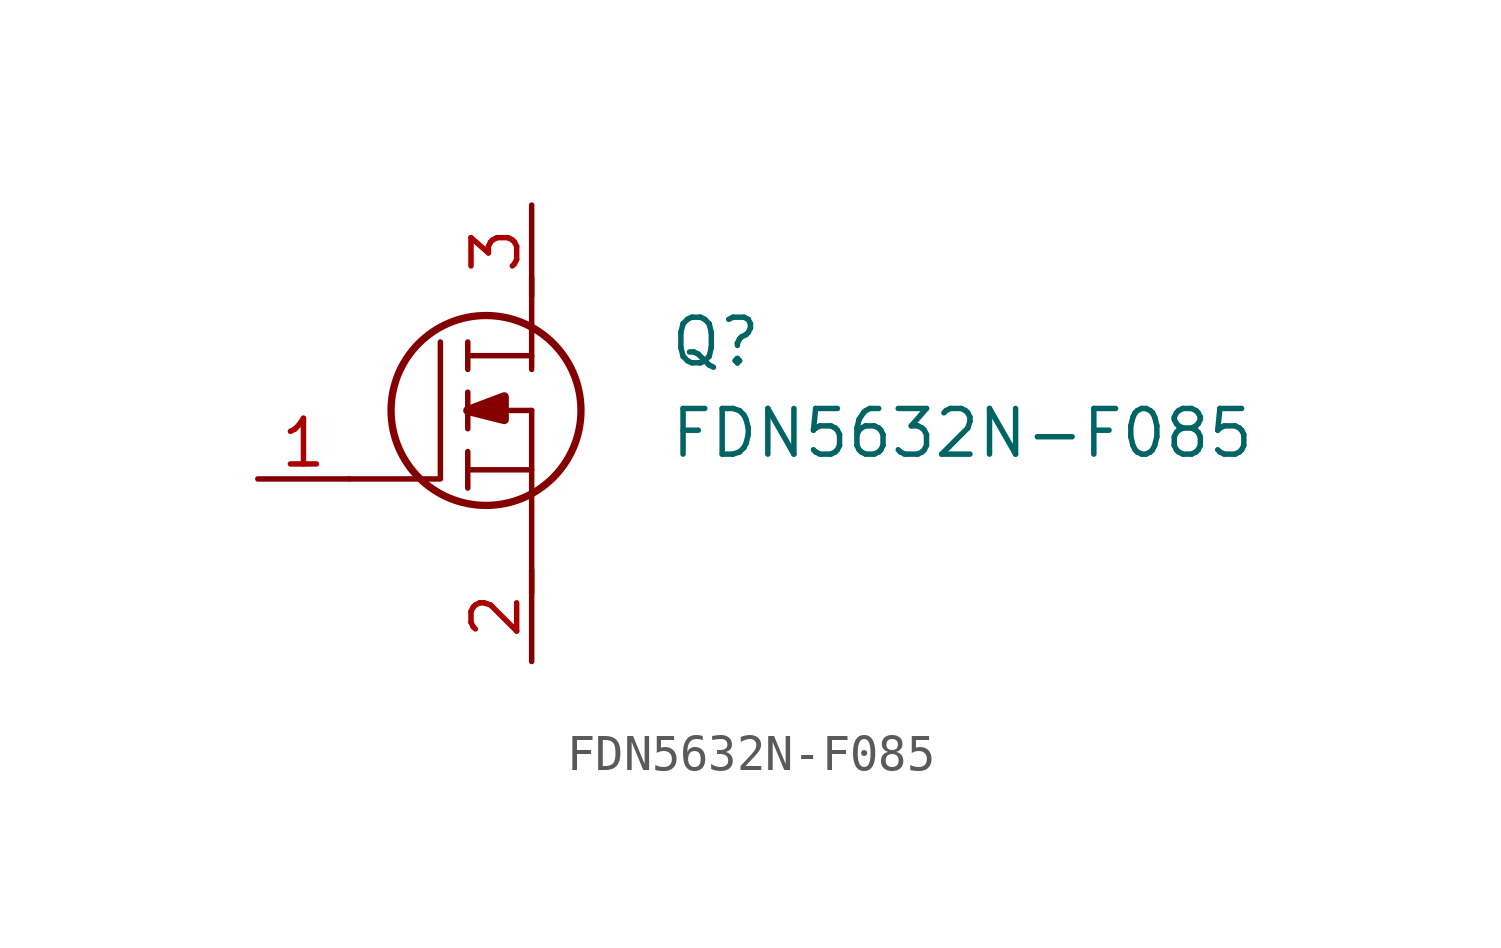
<source format=kicad_sym>
(kicad_symbol_lib
  (version 20220914)
  (generator kicad_symbol_editor)
  (symbol "FDN5632N-F085"
    (pin_names
      (offset 0.762))
    (property "Reference" "Q"
      (at 11.43 3.81 0)
      (effects (font (size 1.27 1.27)) (justify left)))
    (property "Value" "FDN5632N-F085"
      (at 11.43 1.27 0)
      (effects (font (size 1.27 1.27)) (justify left)))
    (symbol "FDN5632N-F085_1_1"
      (polyline (pts (xy 5.842 -0.254) (xy 5.842 0.762)) (stroke (width 0.152) (type solid)) (fill (type none)))
      (polyline (pts (xy 5.842 0.254) (xy 7.62 0.254)) (stroke (width 0.152) (type solid)) (fill (type none)))
      (polyline (pts (xy 5.842 1.397) (xy 5.842 2.413)) (stroke (width 0.152) (type solid)) (fill (type none)))
      (polyline (pts (xy 5.842 3.81) (xy 5.842 3.048)) (stroke (width 0.152) (type solid)) (fill (type none)))
      (polyline (pts (xy 7.62 1.905) (xy 5.842 1.905)) (stroke (width 0.152) (type solid)) (fill (type none)))
      (polyline (pts (xy 7.62 1.905) (xy 7.62 -3.175)) (stroke (width 0.152) (type solid)) (fill (type none)))
      (polyline (pts (xy 7.62 3.048) (xy 7.62 5.588)) (stroke (width 0.152) (type solid)) (fill (type none)))
      (polyline (pts (xy 7.62 3.429) (xy 5.842 3.429)) (stroke (width 0.152) (type solid)) (fill (type none)))
      (polyline (pts (xy 2.54 0) (xy 5.08 0) (xy 5.08 3.81)) (stroke (width 0.152) (type solid)) (fill (type none)))
      (polyline (pts (xy 5.842 1.905) (xy 6.858 2.286) (xy 6.858 1.651) (xy 5.842 1.905)) (stroke (width 0.254) (type solid)) (fill (type outline)))
      (circle (center 6.35 1.905) (radius 2.642) (stroke (width 0.203) (type solid)) (fill (type none)))
      (pin passive line (at 0 0 0) (length 2.54) (name "~" (effects (font (size 1.27 1.27)))) (number "1" (effects (font (size 1.27 1.27)))))
      (pin passive line (at 7.62 -5.08 90) (length 2.54) (name "~" (effects (font (size 1.27 1.27)))) (number "2" (effects (font (size 1.27 1.27)))))
      (pin passive line (at 7.62 7.62 270) (length 2.54) (name "~" (effects (font (size 1.27 1.27)))) (number "3" (effects (font (size 1.27 1.27))))))))
</source>
